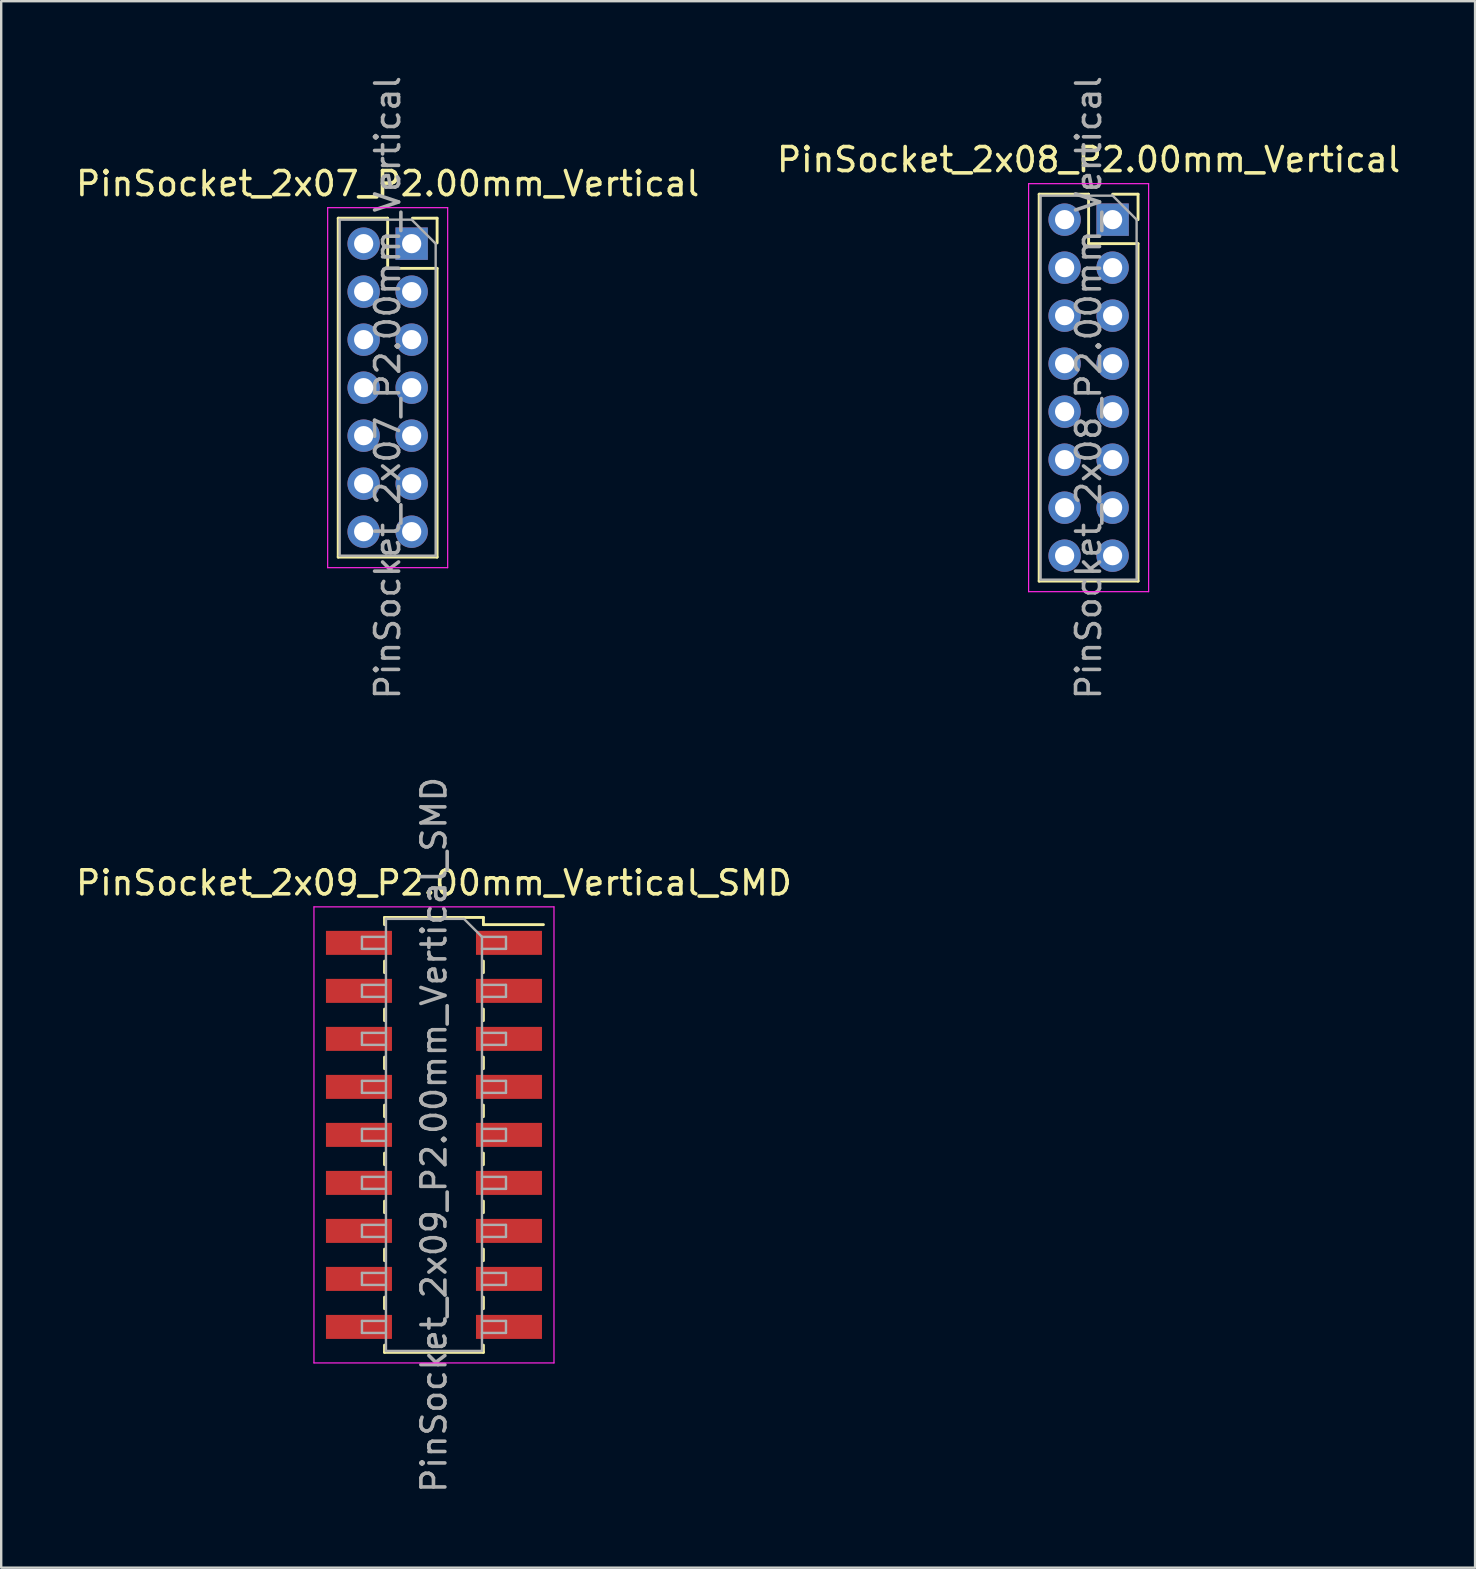
<source format=kicad_pcb>
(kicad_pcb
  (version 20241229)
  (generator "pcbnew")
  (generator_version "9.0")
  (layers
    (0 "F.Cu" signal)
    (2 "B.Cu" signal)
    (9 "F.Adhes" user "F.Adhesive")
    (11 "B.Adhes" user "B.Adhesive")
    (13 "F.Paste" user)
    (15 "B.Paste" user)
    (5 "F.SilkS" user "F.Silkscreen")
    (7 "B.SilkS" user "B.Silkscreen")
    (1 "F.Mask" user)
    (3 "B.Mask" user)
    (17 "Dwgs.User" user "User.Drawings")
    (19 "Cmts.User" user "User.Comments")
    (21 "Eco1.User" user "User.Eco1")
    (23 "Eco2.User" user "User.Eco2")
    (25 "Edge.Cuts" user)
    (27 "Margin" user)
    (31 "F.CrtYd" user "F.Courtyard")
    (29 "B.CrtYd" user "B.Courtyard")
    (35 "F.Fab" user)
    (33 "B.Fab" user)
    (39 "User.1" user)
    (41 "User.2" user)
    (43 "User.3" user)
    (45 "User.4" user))
  (footprint "PinSocket_2x09_P2.00mm_Vertical_SMD"
    (layer "F.Cu")
    (at 15.03 44.232)
    (property "Reference" "PinSocket_2x09_P2.00mm_Vertical_SMD" (at 0 -10.5 0) (layer "F.SilkS") (effects (font (size 1 1) (thickness 0.15))))
    (attr smd)
    (fp_line (start -2.06 -9.06) (end 2.06 -9.06) (stroke (width 0.12) (type solid)) (layer "F.SilkS"))
    (fp_line (start -2.06 -8.76) (end -2.06 -9.06) (stroke (width 0.12) (type solid)) (layer "F.SilkS"))
    (fp_line (start -2.06 -7.24) (end -2.06 -6.76) (stroke (width 0.12) (type solid)) (layer "F.SilkS"))
    (fp_line (start -2.06 -5.24) (end -2.06 -4.76) (stroke (width 0.12) (type solid)) (layer "F.SilkS"))
    (fp_line (start -2.06 -3.24) (end -2.06 -2.76) (stroke (width 0.12) (type solid)) (layer "F.SilkS"))
    (fp_line (start -2.06 -1.24) (end -2.06 -0.76) (stroke (width 0.12) (type solid)) (layer "F.SilkS"))
    (fp_line (start -2.06 0.76) (end -2.06 1.24) (stroke (width 0.12) (type solid)) (layer "F.SilkS"))
    (fp_line (start -2.06 2.76) (end -2.06 3.24) (stroke (width 0.12) (type solid)) (layer "F.SilkS"))
    (fp_line (start -2.06 4.76) (end -2.06 5.24) (stroke (width 0.12) (type solid)) (layer "F.SilkS"))
    (fp_line (start -2.06 6.76) (end -2.06 7.24) (stroke (width 0.12) (type solid)) (layer "F.SilkS"))
    (fp_line (start -2.06 9.06) (end -2.06 8.76) (stroke (width 0.12) (type solid)) (layer "F.SilkS"))
    (fp_line (start 2.06 -9.06) (end 2.06 -8.76) (stroke (width 0.12) (type solid)) (layer "F.SilkS"))
    (fp_line (start 2.06 -8.76) (end 4.56 -8.76) (stroke (width 0.12) (type solid)) (layer "F.SilkS"))
    (fp_line (start 2.06 -6.76) (end 2.06 -7.24) (stroke (width 0.12) (type solid)) (layer "F.SilkS"))
    (fp_line (start 2.06 -4.76) (end 2.06 -5.24) (stroke (width 0.12) (type solid)) (layer "F.SilkS"))
    (fp_line (start 2.06 -2.76) (end 2.06 -3.24) (stroke (width 0.12) (type solid)) (layer "F.SilkS"))
    (fp_line (start 2.06 -0.76) (end 2.06 -1.24) (stroke (width 0.12) (type solid)) (layer "F.SilkS"))
    (fp_line (start 2.06 1.24) (end 2.06 0.76) (stroke (width 0.12) (type solid)) (layer "F.SilkS"))
    (fp_line (start 2.06 3.24) (end 2.06 2.76) (stroke (width 0.12) (type solid)) (layer "F.SilkS"))
    (fp_line (start 2.06 5.24) (end 2.06 4.76) (stroke (width 0.12) (type solid)) (layer "F.SilkS"))
    (fp_line (start 2.06 7.24) (end 2.06 6.76) (stroke (width 0.12) (type solid)) (layer "F.SilkS"))
    (fp_line (start 2.06 8.76) (end 2.06 9.06) (stroke (width 0.12) (type solid)) (layer "F.SilkS"))
    (fp_line (start 2.06 9.06) (end -2.06 9.06) (stroke (width 0.12) (type solid)) (layer "F.SilkS"))
    (fp_line (start -5 -9.5) (end 5 -9.5) (stroke (width 0.05) (type solid)) (layer "F.CrtYd"))
    (fp_line (start -5 9.5) (end -5 -9.5) (stroke (width 0.05) (type solid)) (layer "F.CrtYd"))
    (fp_line (start 5 -9.5) (end 5 9.5) (stroke (width 0.05) (type solid)) (layer "F.CrtYd"))
    (fp_line (start 5 9.5) (end -5 9.5) (stroke (width 0.05) (type solid)) (layer "F.CrtYd"))
    (fp_line (start -3 -8.25) (end -2 -8.25) (stroke (width 0.1) (type solid)) (layer "F.Fab"))
    (fp_line (start -3 -7.75) (end -3 -8.25) (stroke (width 0.1) (type solid)) (layer "F.Fab"))
    (fp_line (start -3 -6.25) (end -2 -6.25) (stroke (width 0.1) (type solid)) (layer "F.Fab"))
    (fp_line (start -3 -5.75) (end -3 -6.25) (stroke (width 0.1) (type solid)) (layer "F.Fab"))
    (fp_line (start -3 -4.25) (end -2 -4.25) (stroke (width 0.1) (type solid)) (layer "F.Fab"))
    (fp_line (start -3 -3.75) (end -3 -4.25) (stroke (width 0.1) (type solid)) (layer "F.Fab"))
    (fp_line (start -3 -2.25) (end -2 -2.25) (stroke (width 0.1) (type solid)) (layer "F.Fab"))
    (fp_line (start -3 -1.75) (end -3 -2.25) (stroke (width 0.1) (type solid)) (layer "F.Fab"))
    (fp_line (start -3 -0.25) (end -2 -0.25) (stroke (width 0.1) (type solid)) (layer "F.Fab"))
    (fp_line (start -3 0.25) (end -3 -0.25) (stroke (width 0.1) (type solid)) (layer "F.Fab"))
    (fp_line (start -3 1.75) (end -2 1.75) (stroke (width 0.1) (type solid)) (layer "F.Fab"))
    (fp_line (start -3 2.25) (end -3 1.75) (stroke (width 0.1) (type solid)) (layer "F.Fab"))
    (fp_line (start -3 3.75) (end -2 3.75) (stroke (width 0.1) (type solid)) (layer "F.Fab"))
    (fp_line (start -3 4.25) (end -3 3.75) (stroke (width 0.1) (type solid)) (layer "F.Fab"))
    (fp_line (start -3 5.75) (end -2 5.75) (stroke (width 0.1) (type solid)) (layer "F.Fab"))
    (fp_line (start -3 6.25) (end -3 5.75) (stroke (width 0.1) (type solid)) (layer "F.Fab"))
    (fp_line (start -3 7.75) (end -2 7.75) (stroke (width 0.1) (type solid)) (layer "F.Fab"))
    (fp_line (start -3 8.25) (end -3 7.75) (stroke (width 0.1) (type solid)) (layer "F.Fab"))
    (fp_line (start -2 -9) (end 1.25 -9) (stroke (width 0.1) (type solid)) (layer "F.Fab"))
    (fp_line (start -2 -7.75) (end -3 -7.75) (stroke (width 0.1) (type solid)) (layer "F.Fab"))
    (fp_line (start -2 -5.75) (end -3 -5.75) (stroke (width 0.1) (type solid)) (layer "F.Fab"))
    (fp_line (start -2 -3.75) (end -3 -3.75) (stroke (width 0.1) (type solid)) (layer "F.Fab"))
    (fp_line (start -2 -1.75) (end -3 -1.75) (stroke (width 0.1) (type solid)) (layer "F.Fab"))
    (fp_line (start -2 0.25) (end -3 0.25) (stroke (width 0.1) (type solid)) (layer "F.Fab"))
    (fp_line (start -2 2.25) (end -3 2.25) (stroke (width 0.1) (type solid)) (layer "F.Fab"))
    (fp_line (start -2 4.25) (end -3 4.25) (stroke (width 0.1) (type solid)) (layer "F.Fab"))
    (fp_line (start -2 6.25) (end -3 6.25) (stroke (width 0.1) (type solid)) (layer "F.Fab"))
    (fp_line (start -2 8.25) (end -3 8.25) (stroke (width 0.1) (type solid)) (layer "F.Fab"))
    (fp_line (start -2 9) (end -2 -9) (stroke (width 0.1) (type solid)) (layer "F.Fab"))
    (fp_line (start 1.25 -9) (end 2 -8.25) (stroke (width 0.1) (type solid)) (layer "F.Fab"))
    (fp_line (start 2 -8.25) (end 2 9) (stroke (width 0.1) (type solid)) (layer "F.Fab"))
    (fp_line (start 2 -8.25) (end 3 -8.25) (stroke (width 0.1) (type solid)) (layer "F.Fab"))
    (fp_line (start 2 -6.25) (end 3 -6.25) (stroke (width 0.1) (type solid)) (layer "F.Fab"))
    (fp_line (start 2 -4.25) (end 3 -4.25) (stroke (width 0.1) (type solid)) (layer "F.Fab"))
    (fp_line (start 2 -2.25) (end 3 -2.25) (stroke (width 0.1) (type solid)) (layer "F.Fab"))
    (fp_line (start 2 -0.25) (end 3 -0.25) (stroke (width 0.1) (type solid)) (layer "F.Fab"))
    (fp_line (start 2 1.75) (end 3 1.75) (stroke (width 0.1) (type solid)) (layer "F.Fab"))
    (fp_line (start 2 3.75) (end 3 3.75) (stroke (width 0.1) (type solid)) (layer "F.Fab"))
    (fp_line (start 2 5.75) (end 3 5.75) (stroke (width 0.1) (type solid)) (layer "F.Fab"))
    (fp_line (start 2 7.75) (end 3 7.75) (stroke (width 0.1) (type solid)) (layer "F.Fab"))
    (fp_line (start 2 9) (end -2 9) (stroke (width 0.1) (type solid)) (layer "F.Fab"))
    (fp_line (start 3 -8.25) (end 3 -7.75) (stroke (width 0.1) (type solid)) (layer "F.Fab"))
    (fp_line (start 3 -7.75) (end 2 -7.75) (stroke (width 0.1) (type solid)) (layer "F.Fab"))
    (fp_line (start 3 -6.25) (end 3 -5.75) (stroke (width 0.1) (type solid)) (layer "F.Fab"))
    (fp_line (start 3 -5.75) (end 2 -5.75) (stroke (width 0.1) (type solid)) (layer "F.Fab"))
    (fp_line (start 3 -4.25) (end 3 -3.75) (stroke (width 0.1) (type solid)) (layer "F.Fab"))
    (fp_line (start 3 -3.75) (end 2 -3.75) (stroke (width 0.1) (type solid)) (layer "F.Fab"))
    (fp_line (start 3 -2.25) (end 3 -1.75) (stroke (width 0.1) (type solid)) (layer "F.Fab"))
    (fp_line (start 3 -1.75) (end 2 -1.75) (stroke (width 0.1) (type solid)) (layer "F.Fab"))
    (fp_line (start 3 -0.25) (end 3 0.25) (stroke (width 0.1) (type solid)) (layer "F.Fab"))
    (fp_line (start 3 0.25) (end 2 0.25) (stroke (width 0.1) (type solid)) (layer "F.Fab"))
    (fp_line (start 3 1.75) (end 3 2.25) (stroke (width 0.1) (type solid)) (layer "F.Fab"))
    (fp_line (start 3 2.25) (end 2 2.25) (stroke (width 0.1) (type solid)) (layer "F.Fab"))
    (fp_line (start 3 3.75) (end 3 4.25) (stroke (width 0.1) (type solid)) (layer "F.Fab"))
    (fp_line (start 3 4.25) (end 2 4.25) (stroke (width 0.1) (type solid)) (layer "F.Fab"))
    (fp_line (start 3 5.75) (end 3 6.25) (stroke (width 0.1) (type solid)) (layer "F.Fab"))
    (fp_line (start 3 6.25) (end 2 6.25) (stroke (width 0.1) (type solid)) (layer "F.Fab"))
    (fp_line (start 3 7.75) (end 3 8.25) (stroke (width 0.1) (type solid)) (layer "F.Fab"))
    (fp_line (start 3 8.25) (end 2 8.25) (stroke (width 0.1) (type solid)) (layer "F.Fab"))
    (fp_text user "${REFERENCE}" (at 0 0 90) (layer "F.Fab") (effects (font (size 1 1) (thickness 0.15))))
    (pad "1" smd rect (at 3.125 -8) (size 2.75 1) (layers "F.Cu" "F.Mask" "F.Paste"))
    (pad "2" smd rect (at -3.125 -8) (size 2.75 1) (layers "F.Cu" "F.Mask" "F.Paste"))
    (pad "3" smd rect (at 3.125 -6) (size 2.75 1) (layers "F.Cu" "F.Mask" "F.Paste"))
    (pad "4" smd rect (at -3.125 -6) (size 2.75 1) (layers "F.Cu" "F.Mask" "F.Paste"))
    (pad "5" smd rect (at 3.125 -4) (size 2.75 1) (layers "F.Cu" "F.Mask" "F.Paste"))
    (pad "6" smd rect (at -3.125 -4) (size 2.75 1) (layers "F.Cu" "F.Mask" "F.Paste"))
    (pad "7" smd rect (at 3.125 -2) (size 2.75 1) (layers "F.Cu" "F.Mask" "F.Paste"))
    (pad "8" smd rect (at -3.125 -2) (size 2.75 1) (layers "F.Cu" "F.Mask" "F.Paste"))
    (pad "9" smd rect (at 3.125 0) (size 2.75 1) (layers "F.Cu" "F.Mask" "F.Paste"))
    (pad "10" smd rect (at -3.125 0) (size 2.75 1) (layers "F.Cu" "F.Mask" "F.Paste"))
    (pad "11" smd rect (at 3.125 2) (size 2.75 1) (layers "F.Cu" "F.Mask" "F.Paste"))
    (pad "12" smd rect (at -3.125 2) (size 2.75 1) (layers "F.Cu" "F.Mask" "F.Paste"))
    (pad "13" smd rect (at 3.125 4) (size 2.75 1) (layers "F.Cu" "F.Mask" "F.Paste"))
    (pad "14" smd rect (at -3.125 4) (size 2.75 1) (layers "F.Cu" "F.Mask" "F.Paste"))
    (pad "15" smd rect (at 3.125 6) (size 2.75 1) (layers "F.Cu" "F.Mask" "F.Paste"))
    (pad "16" smd rect (at -3.125 6) (size 2.75 1) (layers "F.Cu" "F.Mask" "F.Paste"))
    (pad "17" smd rect (at 3.125 8) (size 2.75 1) (layers "F.Cu" "F.Mask" "F.Paste"))
    (pad "18" smd rect (at -3.125 8) (size 2.75 1) (layers "F.Cu" "F.Mask" "F.Paste")))
  (footprint "PinSocket_2x07_P2.00mm_Vertical"
    (layer "F.Cu")
    (at 14.101 7.101)
    (property "Reference" "PinSocket_2x07_P2.00mm_Vertical" (at -1 -2.5 0) (layer "F.SilkS") (effects (font (size 1 1) (thickness 0.15))))
    (attr through_hole)
    (fp_line (start -3.06 -1.06) (end -3.06 13.06) (stroke (width 0.12) (type solid)) (layer "F.SilkS"))
    (fp_line (start -3.06 13.06) (end 1.06 13.06) (stroke (width 0.12) (type solid)) (layer "F.SilkS"))
    (fp_line (start -1 -1.06) (end -3.06 -1.06) (stroke (width 0.12) (type solid)) (layer "F.SilkS"))
    (fp_line (start -1 1.03) (end -1 -1.06) (stroke (width 0.12) (type solid)) (layer "F.SilkS"))
    (fp_line (start 1.06 -1.06) (end 0.03 -1.06) (stroke (width 0.12) (type solid)) (layer "F.SilkS"))
    (fp_line (start 1.06 -0.03) (end 1.06 -1.06) (stroke (width 0.12) (type solid)) (layer "F.SilkS"))
    (fp_line (start 1.06 1.03) (end -1 1.03) (stroke (width 0.12) (type solid)) (layer "F.SilkS"))
    (fp_line (start 1.06 13.06) (end 1.06 1.03) (stroke (width 0.12) (type solid)) (layer "F.SilkS"))
    (fp_line (start -3.5 -1.5) (end 1.5 -1.5) (stroke (width 0.05) (type solid)) (layer "F.CrtYd"))
    (fp_line (start -3.5 13.5) (end -3.5 -1.5) (stroke (width 0.05) (type solid)) (layer "F.CrtYd"))
    (fp_line (start 1.5 -1.5) (end 1.5 13.5) (stroke (width 0.05) (type solid)) (layer "F.CrtYd"))
    (fp_line (start 1.5 13.5) (end -3.5 13.5) (stroke (width 0.05) (type solid)) (layer "F.CrtYd"))
    (fp_line (start -3 -1) (end 0 -1) (stroke (width 0.1) (type solid)) (layer "F.Fab"))
    (fp_line (start -3 13) (end -3 -1) (stroke (width 0.1) (type solid)) (layer "F.Fab"))
    (fp_line (start 0 -1) (end 1 0) (stroke (width 0.1) (type solid)) (layer "F.Fab"))
    (fp_line (start 1 0) (end 1 13) (stroke (width 0.1) (type solid)) (layer "F.Fab"))
    (fp_line (start 1 13) (end -3 13) (stroke (width 0.1) (type solid)) (layer "F.Fab"))
    (fp_text user "${REFERENCE}" (at -1 6 90) (layer "F.Fab") (effects (font (size 1 1) (thickness 0.15))))
    (pad "1" thru_hole rect (at 0 0) (size 1.35 1.35) (drill 0.8) (layers "*.Cu" "*.Mask"))
    (pad "2" thru_hole oval (at -2 0) (size 1.35 1.35) (drill 0.8) (layers "*.Cu" "*.Mask"))
    (pad "3" thru_hole oval (at 0 2) (size 1.35 1.35) (drill 0.8) (layers "*.Cu" "*.Mask"))
    (pad "4" thru_hole oval (at -2 2) (size 1.35 1.35) (drill 0.8) (layers "*.Cu" "*.Mask"))
    (pad "5" thru_hole oval (at 0 4) (size 1.35 1.35) (drill 0.8) (layers "*.Cu" "*.Mask"))
    (pad "6" thru_hole oval (at -2 4) (size 1.35 1.35) (drill 0.8) (layers "*.Cu" "*.Mask"))
    (pad "7" thru_hole oval (at 0 6) (size 1.35 1.35) (drill 0.8) (layers "*.Cu" "*.Mask"))
    (pad "8" thru_hole oval (at -2 6) (size 1.35 1.35) (drill 0.8) (layers "*.Cu" "*.Mask"))
    (pad "9" thru_hole oval (at 0 8) (size 1.35 1.35) (drill 0.8) (layers "*.Cu" "*.Mask"))
    (pad "10" thru_hole oval (at -2 8) (size 1.35 1.35) (drill 0.8) (layers "*.Cu" "*.Mask"))
    (pad "11" thru_hole oval (at 0 10) (size 1.35 1.35) (drill 0.8) (layers "*.Cu" "*.Mask"))
    (pad "12" thru_hole oval (at -2 10) (size 1.35 1.35) (drill 0.8) (layers "*.Cu" "*.Mask"))
    (pad "13" thru_hole oval (at 0 12) (size 1.35 1.35) (drill 0.8) (layers "*.Cu" "*.Mask"))
    (pad "14" thru_hole oval (at -2 12) (size 1.35 1.35) (drill 0.8) (layers "*.Cu" "*.Mask")))
  (footprint "PinSocket_2x08_P2.00mm_Vertical"
    (layer "F.Cu")
    (at 43.304 6.101)
    (property "Reference" "PinSocket_2x08_P2.00mm_Vertical" (at -1 -2.5 0) (layer "F.SilkS") (effects (font (size 1 1) (thickness 0.15))))
    (attr through_hole)
    (fp_line (start -3.06 -1.06) (end -3.06 15.06) (stroke (width 0.12) (type solid)) (layer "F.SilkS"))
    (fp_line (start -3.06 -1.06) (end -1 -1.06) (stroke (width 0.12) (type solid)) (layer "F.SilkS"))
    (fp_line (start -3.06 15.06) (end 1.06 15.06) (stroke (width 0.12) (type solid)) (layer "F.SilkS"))
    (fp_line (start -1 -1.06) (end -1 1) (stroke (width 0.12) (type solid)) (layer "F.SilkS"))
    (fp_line (start -1 1) (end 1.06 1) (stroke (width 0.12) (type solid)) (layer "F.SilkS"))
    (fp_line (start 0 -1.06) (end 1.06 -1.06) (stroke (width 0.12) (type solid)) (layer "F.SilkS"))
    (fp_line (start 1.06 -1.06) (end 1.06 0) (stroke (width 0.12) (type solid)) (layer "F.SilkS"))
    (fp_line (start 1.06 1) (end 1.06 15.06) (stroke (width 0.12) (type solid)) (layer "F.SilkS"))
    (fp_line (start -3.5 -1.5) (end 1.5 -1.5) (stroke (width 0.05) (type solid)) (layer "F.CrtYd"))
    (fp_line (start -3.5 15.5) (end -3.5 -1.5) (stroke (width 0.05) (type solid)) (layer "F.CrtYd"))
    (fp_line (start 1.5 -1.5) (end 1.5 15.5) (stroke (width 0.05) (type solid)) (layer "F.CrtYd"))
    (fp_line (start 1.5 15.5) (end -3.5 15.5) (stroke (width 0.05) (type solid)) (layer "F.CrtYd"))
    (fp_line (start -3 -1) (end 0 -1) (stroke (width 0.1) (type solid)) (layer "F.Fab"))
    (fp_line (start -3 15) (end -3 -1) (stroke (width 0.1) (type solid)) (layer "F.Fab"))
    (fp_line (start 0 -1) (end 1 0) (stroke (width 0.1) (type solid)) (layer "F.Fab"))
    (fp_line (start 1 0) (end 1 15) (stroke (width 0.1) (type solid)) (layer "F.Fab"))
    (fp_line (start 1 15) (end -3 15) (stroke (width 0.1) (type solid)) (layer "F.Fab"))
    (fp_text user "${REFERENCE}" (at -1 7 90) (layer "F.Fab") (effects (font (size 1 1) (thickness 0.15))))
    (pad "1" thru_hole rect (at 0 0) (size 1.35 1.35) (drill 0.8) (layers "*.Cu" "*.Mask"))
    (pad "2" thru_hole oval (at -2 0) (size 1.35 1.35) (drill 0.8) (layers "*.Cu" "*.Mask"))
    (pad "3" thru_hole oval (at 0 2) (size 1.35 1.35) (drill 0.8) (layers "*.Cu" "*.Mask"))
    (pad "4" thru_hole oval (at -2 2) (size 1.35 1.35) (drill 0.8) (layers "*.Cu" "*.Mask"))
    (pad "5" thru_hole oval (at 0 4) (size 1.35 1.35) (drill 0.8) (layers "*.Cu" "*.Mask"))
    (pad "6" thru_hole oval (at -2 4) (size 1.35 1.35) (drill 0.8) (layers "*.Cu" "*.Mask"))
    (pad "7" thru_hole oval (at 0 6) (size 1.35 1.35) (drill 0.8) (layers "*.Cu" "*.Mask"))
    (pad "8" thru_hole oval (at -2 6) (size 1.35 1.35) (drill 0.8) (layers "*.Cu" "*.Mask"))
    (pad "9" thru_hole oval (at 0 8) (size 1.35 1.35) (drill 0.8) (layers "*.Cu" "*.Mask"))
    (pad "10" thru_hole oval (at -2 8) (size 1.35 1.35) (drill 0.8) (layers "*.Cu" "*.Mask"))
    (pad "11" thru_hole oval (at 0 10) (size 1.35 1.35) (drill 0.8) (layers "*.Cu" "*.Mask"))
    (pad "12" thru_hole oval (at -2 10) (size 1.35 1.35) (drill 0.8) (layers "*.Cu" "*.Mask"))
    (pad "13" thru_hole oval (at 0 12) (size 1.35 1.35) (drill 0.8) (layers "*.Cu" "*.Mask"))
    (pad "14" thru_hole oval (at -2 12) (size 1.35 1.35) (drill 0.8) (layers "*.Cu" "*.Mask"))
    (pad "15" thru_hole oval (at 0 14) (size 1.35 1.35) (drill 0.8) (layers "*.Cu" "*.Mask"))
    (pad "16" thru_hole oval (at -2 14) (size 1.35 1.35) (drill 0.8) (layers "*.Cu" "*.Mask")))
  (gr_rect
    (start -3 -3)
    (end 58.405 62.262)
    (stroke (width 0.1) (type default))
    (fill no)
    (layer "Edge.Cuts")))
</source>
